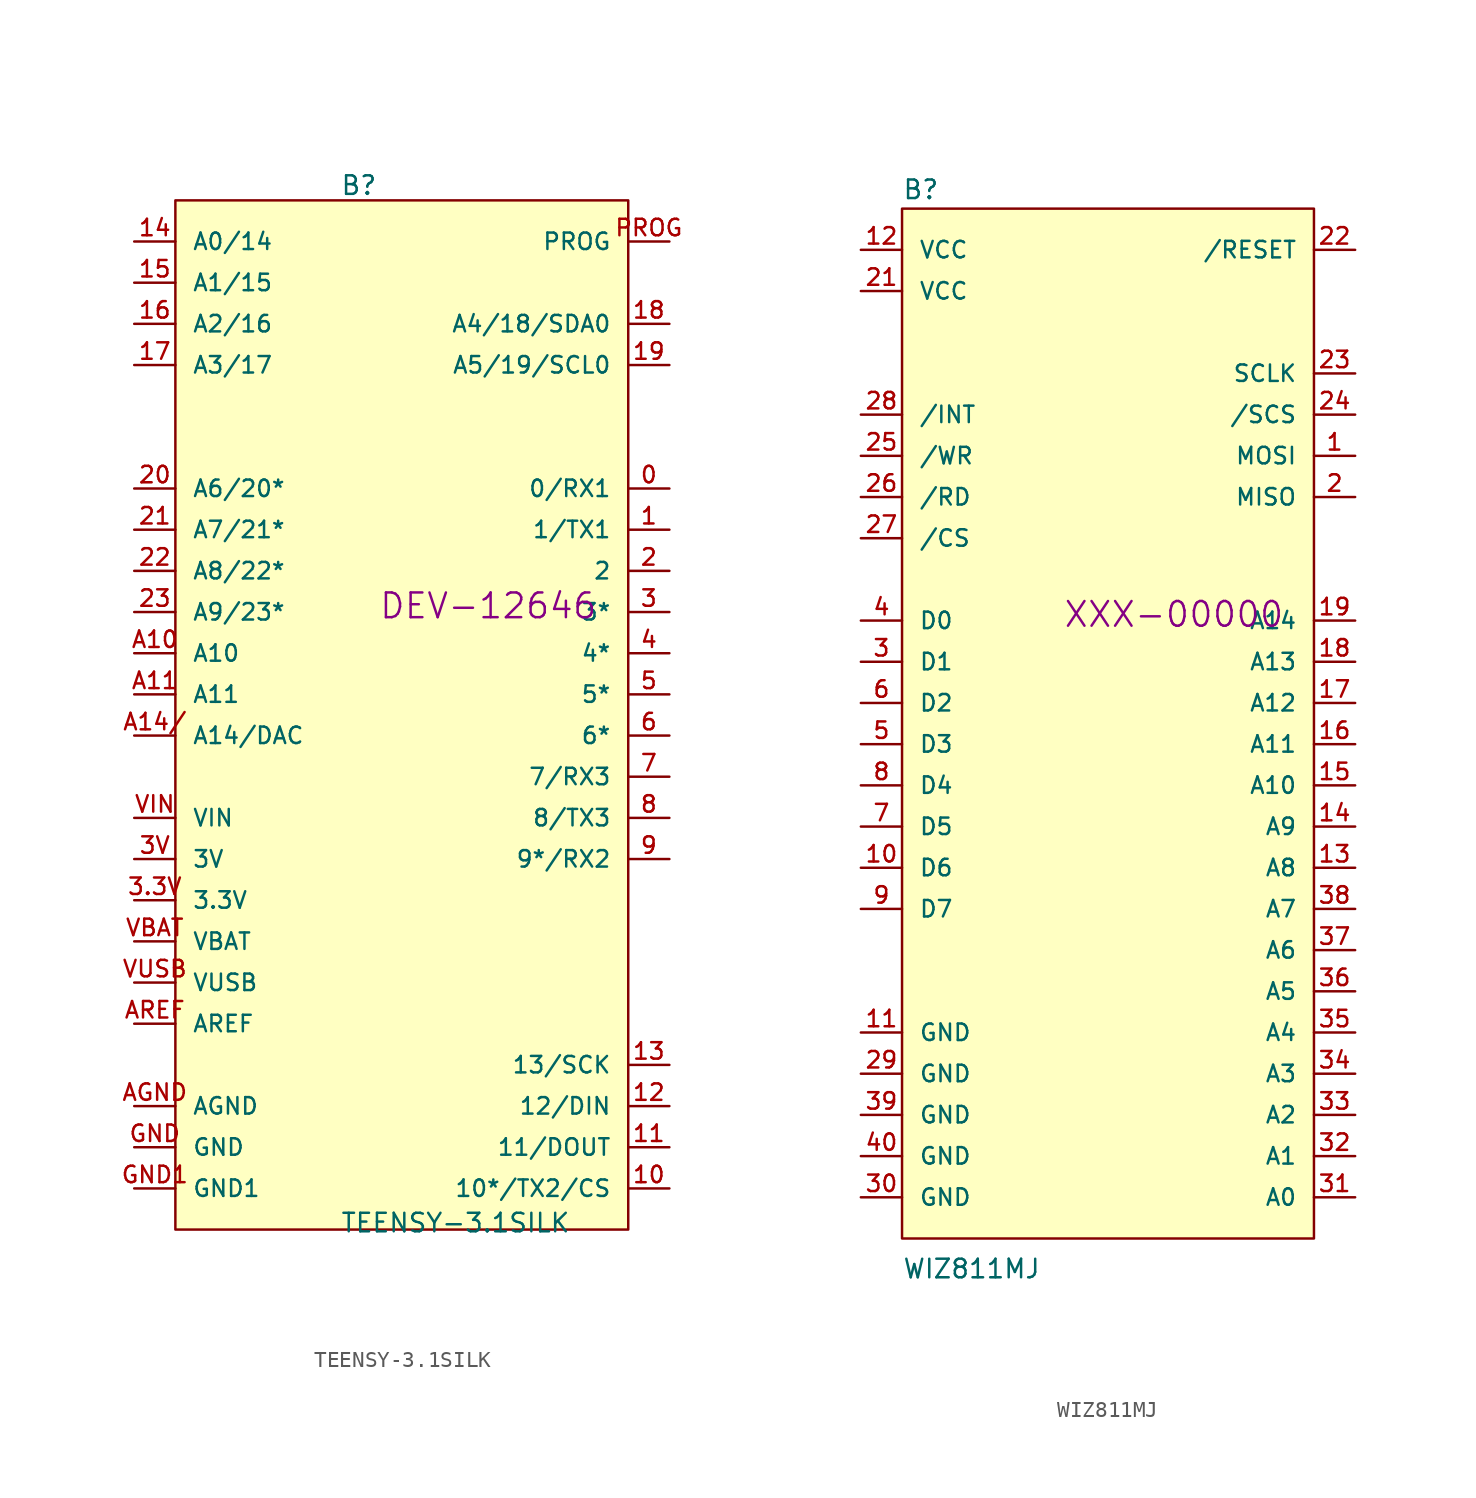
<source format=kicad_sym>
(kicad_symbol_lib
  (version 20211014)
  (generator kicad_symbol_editor)
  (symbol "TEENSY-3.1SILK"
    (pin_names
      (offset 1.016))
    (property "Reference" "B"
      (at -5.08 30.734 0)
      (effects (font (size 1.143 1.143)) (justify left bottom)))
    (property "Value" "TEENSY-3.1SILK"
      (at -5.08 -33.274 0)
      (effects (font (size 1.143 1.143)) (justify left bottom)))
    (property "Field4" "DEV-12646"
      (at 4.064 5.461 0)
      (effects (font (size 1.524 1.524))))
    (property "ki_locked" ""
      (at 0 0 0)
      (effects (font (size 1.27 1.27))))
    (symbol "TEENSY-3.1SILK_1_1"
      (polyline (pts (xy -15.24 -33.02) (xy -15.24 30.48) (xy 12.7 30.48) (xy 12.7 -33.02) (xy -15.24 -33.02)) (stroke (width 0) (type default) (color 0 0 0 0)) (fill (type background)))
      (pin bidirectional line (at 15.24 12.7 180) (length 2.54) (name "0/RX1" (effects (font (size 1.016 1.016)))) (number "0" (effects (font (size 1.016 1.016)))))
      (pin bidirectional line (at 15.24 10.16 180) (length 2.54) (name "1/TX1" (effects (font (size 1.016 1.016)))) (number "1" (effects (font (size 1.016 1.016)))))
      (pin bidirectional line (at 15.24 -30.48 180) (length 2.54) (name "10*/TX2/CS" (effects (font (size 1.016 1.016)))) (number "10" (effects (font (size 1.016 1.016)))))
      (pin bidirectional line (at 15.24 -27.94 180) (length 2.54) (name "11/DOUT" (effects (font (size 1.016 1.016)))) (number "11" (effects (font (size 1.016 1.016)))))
      (pin bidirectional line (at 15.24 -25.4 180) (length 2.54) (name "12/DIN" (effects (font (size 1.016 1.016)))) (number "12" (effects (font (size 1.016 1.016)))))
      (pin bidirectional line (at 15.24 -22.86 180) (length 2.54) (name "13/SCK" (effects (font (size 1.016 1.016)))) (number "13" (effects (font (size 1.016 1.016)))))
      (pin bidirectional line (at -17.78 27.94 0) (length 2.54) (name "A0/14" (effects (font (size 1.016 1.016)))) (number "14" (effects (font (size 1.016 1.016)))))
      (pin bidirectional line (at -17.78 25.4 0) (length 2.54) (name "A1/15" (effects (font (size 1.016 1.016)))) (number "15" (effects (font (size 1.016 1.016)))))
      (pin bidirectional line (at -17.78 22.86 0) (length 2.54) (name "A2/16" (effects (font (size 1.016 1.016)))) (number "16" (effects (font (size 1.016 1.016)))))
      (pin bidirectional line (at -17.78 20.32 0) (length 2.54) (name "A3/17" (effects (font (size 1.016 1.016)))) (number "17" (effects (font (size 1.016 1.016)))))
      (pin bidirectional line (at 15.24 22.86 180) (length 2.54) (name "A4/18/SDA0" (effects (font (size 1.016 1.016)))) (number "18" (effects (font (size 1.016 1.016)))))
      (pin bidirectional line (at 15.24 20.32 180) (length 2.54) (name "A5/19/SCL0" (effects (font (size 1.016 1.016)))) (number "19" (effects (font (size 1.016 1.016)))))
      (pin bidirectional line (at 15.24 7.62 180) (length 2.54) (name "2" (effects (font (size 1.016 1.016)))) (number "2" (effects (font (size 1.016 1.016)))))
      (pin bidirectional line (at -17.78 12.7 0) (length 2.54) (name "A6/20*" (effects (font (size 1.016 1.016)))) (number "20" (effects (font (size 1.016 1.016)))))
      (pin bidirectional line (at -17.78 10.16 0) (length 2.54) (name "A7/21*" (effects (font (size 1.016 1.016)))) (number "21" (effects (font (size 1.016 1.016)))))
      (pin bidirectional line (at -17.78 7.62 0) (length 2.54) (name "A8/22*" (effects (font (size 1.016 1.016)))) (number "22" (effects (font (size 1.016 1.016)))))
      (pin bidirectional line (at -17.78 5.08 0) (length 2.54) (name "A9/23*" (effects (font (size 1.016 1.016)))) (number "23" (effects (font (size 1.016 1.016)))))
      (pin bidirectional line (at 15.24 5.08 180) (length 2.54) (name "3*" (effects (font (size 1.016 1.016)))) (number "3" (effects (font (size 1.016 1.016)))))
      (pin power_in line (at -17.78 -12.7 0) (length 2.54) (name "3.3V" (effects (font (size 1.016 1.016)))) (number "3.3V" (effects (font (size 1.016 1.016)))))
      (pin power_in line (at -17.78 -10.16 0) (length 2.54) (name "3V" (effects (font (size 1.016 1.016)))) (number "3V" (effects (font (size 1.016 1.016)))))
      (pin bidirectional line (at 15.24 2.54 180) (length 2.54) (name "4*" (effects (font (size 1.016 1.016)))) (number "4" (effects (font (size 1.016 1.016)))))
      (pin bidirectional line (at 15.24 0 180) (length 2.54) (name "5*" (effects (font (size 1.016 1.016)))) (number "5" (effects (font (size 1.016 1.016)))))
      (pin bidirectional line (at 15.24 -2.54 180) (length 2.54) (name "6*" (effects (font (size 1.016 1.016)))) (number "6" (effects (font (size 1.016 1.016)))))
      (pin bidirectional line (at 15.24 -5.08 180) (length 2.54) (name "7/RX3" (effects (font (size 1.016 1.016)))) (number "7" (effects (font (size 1.016 1.016)))))
      (pin bidirectional line (at 15.24 -7.62 180) (length 2.54) (name "8/TX3" (effects (font (size 1.016 1.016)))) (number "8" (effects (font (size 1.016 1.016)))))
      (pin bidirectional line (at 15.24 -10.16 180) (length 2.54) (name "9*/RX2" (effects (font (size 1.016 1.016)))) (number "9" (effects (font (size 1.016 1.016)))))
      (pin bidirectional line (at -17.78 2.54 0) (length 2.54) (name "A10" (effects (font (size 1.016 1.016)))) (number "A10" (effects (font (size 1.016 1.016)))))
      (pin bidirectional line (at -17.78 0 0) (length 2.54) (name "A11" (effects (font (size 1.016 1.016)))) (number "A11" (effects (font (size 1.016 1.016)))))
      (pin bidirectional line (at -17.78 -2.54 0) (length 2.54) (name "A14/DAC" (effects (font (size 1.016 1.016)))) (number "A14/" (effects (font (size 1.016 1.016)))))
      (pin power_in line (at -17.78 -25.4 0) (length 2.54) (name "AGND" (effects (font (size 1.016 1.016)))) (number "AGND" (effects (font (size 1.016 1.016)))))
      (pin bidirectional line (at -17.78 -20.32 0) (length 2.54) (name "AREF" (effects (font (size 1.016 1.016)))) (number "AREF" (effects (font (size 1.016 1.016)))))
      (pin power_in line (at -17.78 -27.94 0) (length 2.54) (name "GND" (effects (font (size 1.016 1.016)))) (number "GND" (effects (font (size 1.016 1.016)))))
      (pin power_in line (at -17.78 -30.48 0) (length 2.54) (name "GND1" (effects (font (size 1.016 1.016)))) (number "GND1" (effects (font (size 1.016 1.016)))))
      (pin bidirectional line (at 15.24 27.94 180) (length 2.54) (name "PROG" (effects (font (size 1.016 1.016)))) (number "PROG" (effects (font (size 1.016 1.016)))))
      (pin power_in line (at -17.78 -15.24 0) (length 2.54) (name "VBAT" (effects (font (size 1.016 1.016)))) (number "VBAT" (effects (font (size 1.016 1.016)))))
      (pin power_in line (at -17.78 -7.62 0) (length 2.54) (name "VIN" (effects (font (size 1.016 1.016)))) (number "VIN" (effects (font (size 1.016 1.016)))))
      (pin power_in line (at -17.78 -17.78 0) (length 2.54) (name "VUSB" (effects (font (size 1.016 1.016)))) (number "VUSB" (effects (font (size 1.016 1.016)))))))
  (symbol "WIZ811MJ"
    (pin_names
      (offset 1.016))
    (property "Reference" "B"
      (at -12.7 30.988 0)
      (effects (font (size 1.143 1.143)) (justify left bottom)))
    (property "Value" "WIZ811MJ"
      (at -12.7 -35.56 0)
      (effects (font (size 1.143 1.143)) (justify left bottom)))
    (property "Field4" "XXX-00000"
      (at 4.064 5.461 0)
      (effects (font (size 1.524 1.524))))
    (property "ki_locked" ""
      (at 0 0 0)
      (effects (font (size 1.27 1.27))))
    (symbol "WIZ811MJ_1_1"
      (polyline (pts (xy -12.7 30.48) (xy -12.7 -33.02) (xy 12.7 -33.02) (xy 12.7 30.48) (xy -12.7 30.48)) (stroke (width 0) (type default) (color 0 0 0 0)) (fill (type background)))
      (pin bidirectional line (at 15.24 15.24 180) (length 2.54) (name "MOSI" (effects (font (size 1.016 1.016)))) (number "1" (effects (font (size 1.016 1.016)))))
      (pin bidirectional line (at -15.24 -10.16 0) (length 2.54) (name "D6" (effects (font (size 1.016 1.016)))) (number "10" (effects (font (size 1.016 1.016)))))
      (pin bidirectional line (at -15.24 -20.32 0) (length 2.54) (name "GND" (effects (font (size 1.016 1.016)))) (number "11" (effects (font (size 1.016 1.016)))))
      (pin bidirectional line (at -15.24 27.94 0) (length 2.54) (name "VCC" (effects (font (size 1.016 1.016)))) (number "12" (effects (font (size 1.016 1.016)))))
      (pin bidirectional line (at 15.24 -10.16 180) (length 2.54) (name "A8" (effects (font (size 1.016 1.016)))) (number "13" (effects (font (size 1.016 1.016)))))
      (pin bidirectional line (at 15.24 -7.62 180) (length 2.54) (name "A9" (effects (font (size 1.016 1.016)))) (number "14" (effects (font (size 1.016 1.016)))))
      (pin bidirectional line (at 15.24 -5.08 180) (length 2.54) (name "A10" (effects (font (size 1.016 1.016)))) (number "15" (effects (font (size 1.016 1.016)))))
      (pin bidirectional line (at 15.24 -2.54 180) (length 2.54) (name "A11" (effects (font (size 1.016 1.016)))) (number "16" (effects (font (size 1.016 1.016)))))
      (pin bidirectional line (at 15.24 0 180) (length 2.54) (name "A12" (effects (font (size 1.016 1.016)))) (number "17" (effects (font (size 1.016 1.016)))))
      (pin bidirectional line (at 15.24 2.54 180) (length 2.54) (name "A13" (effects (font (size 1.016 1.016)))) (number "18" (effects (font (size 1.016 1.016)))))
      (pin bidirectional line (at 15.24 5.08 180) (length 2.54) (name "A14" (effects (font (size 1.016 1.016)))) (number "19" (effects (font (size 1.016 1.016)))))
      (pin bidirectional line (at 15.24 12.7 180) (length 2.54) (name "MISO" (effects (font (size 1.016 1.016)))) (number "2" (effects (font (size 1.016 1.016)))))
      (pin bidirectional line (at -15.24 25.4 0) (length 2.54) (name "VCC" (effects (font (size 1.016 1.016)))) (number "21" (effects (font (size 1.016 1.016)))))
      (pin bidirectional line (at 15.24 27.94 180) (length 2.54) (name "/RESET" (effects (font (size 1.016 1.016)))) (number "22" (effects (font (size 1.016 1.016)))))
      (pin bidirectional line (at 15.24 20.32 180) (length 2.54) (name "SCLK" (effects (font (size 1.016 1.016)))) (number "23" (effects (font (size 1.016 1.016)))))
      (pin bidirectional line (at 15.24 17.78 180) (length 2.54) (name "/SCS" (effects (font (size 1.016 1.016)))) (number "24" (effects (font (size 1.016 1.016)))))
      (pin bidirectional line (at -15.24 15.24 0) (length 2.54) (name "/WR" (effects (font (size 1.016 1.016)))) (number "25" (effects (font (size 1.016 1.016)))))
      (pin bidirectional line (at -15.24 12.7 0) (length 2.54) (name "/RD" (effects (font (size 1.016 1.016)))) (number "26" (effects (font (size 1.016 1.016)))))
      (pin bidirectional line (at -15.24 10.16 0) (length 2.54) (name "/CS" (effects (font (size 1.016 1.016)))) (number "27" (effects (font (size 1.016 1.016)))))
      (pin bidirectional line (at -15.24 17.78 0) (length 2.54) (name "/INT" (effects (font (size 1.016 1.016)))) (number "28" (effects (font (size 1.016 1.016)))))
      (pin bidirectional line (at -15.24 -22.86 0) (length 2.54) (name "GND" (effects (font (size 1.016 1.016)))) (number "29" (effects (font (size 1.016 1.016)))))
      (pin bidirectional line (at -15.24 2.54 0) (length 2.54) (name "D1" (effects (font (size 1.016 1.016)))) (number "3" (effects (font (size 1.016 1.016)))))
      (pin bidirectional line (at -15.24 -30.48 0) (length 2.54) (name "GND" (effects (font (size 1.016 1.016)))) (number "30" (effects (font (size 1.016 1.016)))))
      (pin bidirectional line (at 15.24 -30.48 180) (length 2.54) (name "A0" (effects (font (size 1.016 1.016)))) (number "31" (effects (font (size 1.016 1.016)))))
      (pin bidirectional line (at 15.24 -27.94 180) (length 2.54) (name "A1" (effects (font (size 1.016 1.016)))) (number "32" (effects (font (size 1.016 1.016)))))
      (pin bidirectional line (at 15.24 -25.4 180) (length 2.54) (name "A2" (effects (font (size 1.016 1.016)))) (number "33" (effects (font (size 1.016 1.016)))))
      (pin bidirectional line (at 15.24 -22.86 180) (length 2.54) (name "A3" (effects (font (size 1.016 1.016)))) (number "34" (effects (font (size 1.016 1.016)))))
      (pin bidirectional line (at 15.24 -20.32 180) (length 2.54) (name "A4" (effects (font (size 1.016 1.016)))) (number "35" (effects (font (size 1.016 1.016)))))
      (pin bidirectional line (at 15.24 -17.78 180) (length 2.54) (name "A5" (effects (font (size 1.016 1.016)))) (number "36" (effects (font (size 1.016 1.016)))))
      (pin bidirectional line (at 15.24 -15.24 180) (length 2.54) (name "A6" (effects (font (size 1.016 1.016)))) (number "37" (effects (font (size 1.016 1.016)))))
      (pin bidirectional line (at 15.24 -12.7 180) (length 2.54) (name "A7" (effects (font (size 1.016 1.016)))) (number "38" (effects (font (size 1.016 1.016)))))
      (pin bidirectional line (at -15.24 -25.4 0) (length 2.54) (name "GND" (effects (font (size 1.016 1.016)))) (number "39" (effects (font (size 1.016 1.016)))))
      (pin bidirectional line (at -15.24 5.08 0) (length 2.54) (name "D0" (effects (font (size 1.016 1.016)))) (number "4" (effects (font (size 1.016 1.016)))))
      (pin bidirectional line (at -15.24 -27.94 0) (length 2.54) (name "GND" (effects (font (size 1.016 1.016)))) (number "40" (effects (font (size 1.016 1.016)))))
      (pin bidirectional line (at -15.24 -2.54 0) (length 2.54) (name "D3" (effects (font (size 1.016 1.016)))) (number "5" (effects (font (size 1.016 1.016)))))
      (pin bidirectional line (at -15.24 0 0) (length 2.54) (name "D2" (effects (font (size 1.016 1.016)))) (number "6" (effects (font (size 1.016 1.016)))))
      (pin bidirectional line (at -15.24 -7.62 0) (length 2.54) (name "D5" (effects (font (size 1.016 1.016)))) (number "7" (effects (font (size 1.016 1.016)))))
      (pin bidirectional line (at -15.24 -5.08 0) (length 2.54) (name "D4" (effects (font (size 1.016 1.016)))) (number "8" (effects (font (size 1.016 1.016)))))
      (pin bidirectional line (at -15.24 -12.7 0) (length 2.54) (name "D7" (effects (font (size 1.016 1.016)))) (number "9" (effects (font (size 1.016 1.016))))))))
</source>
